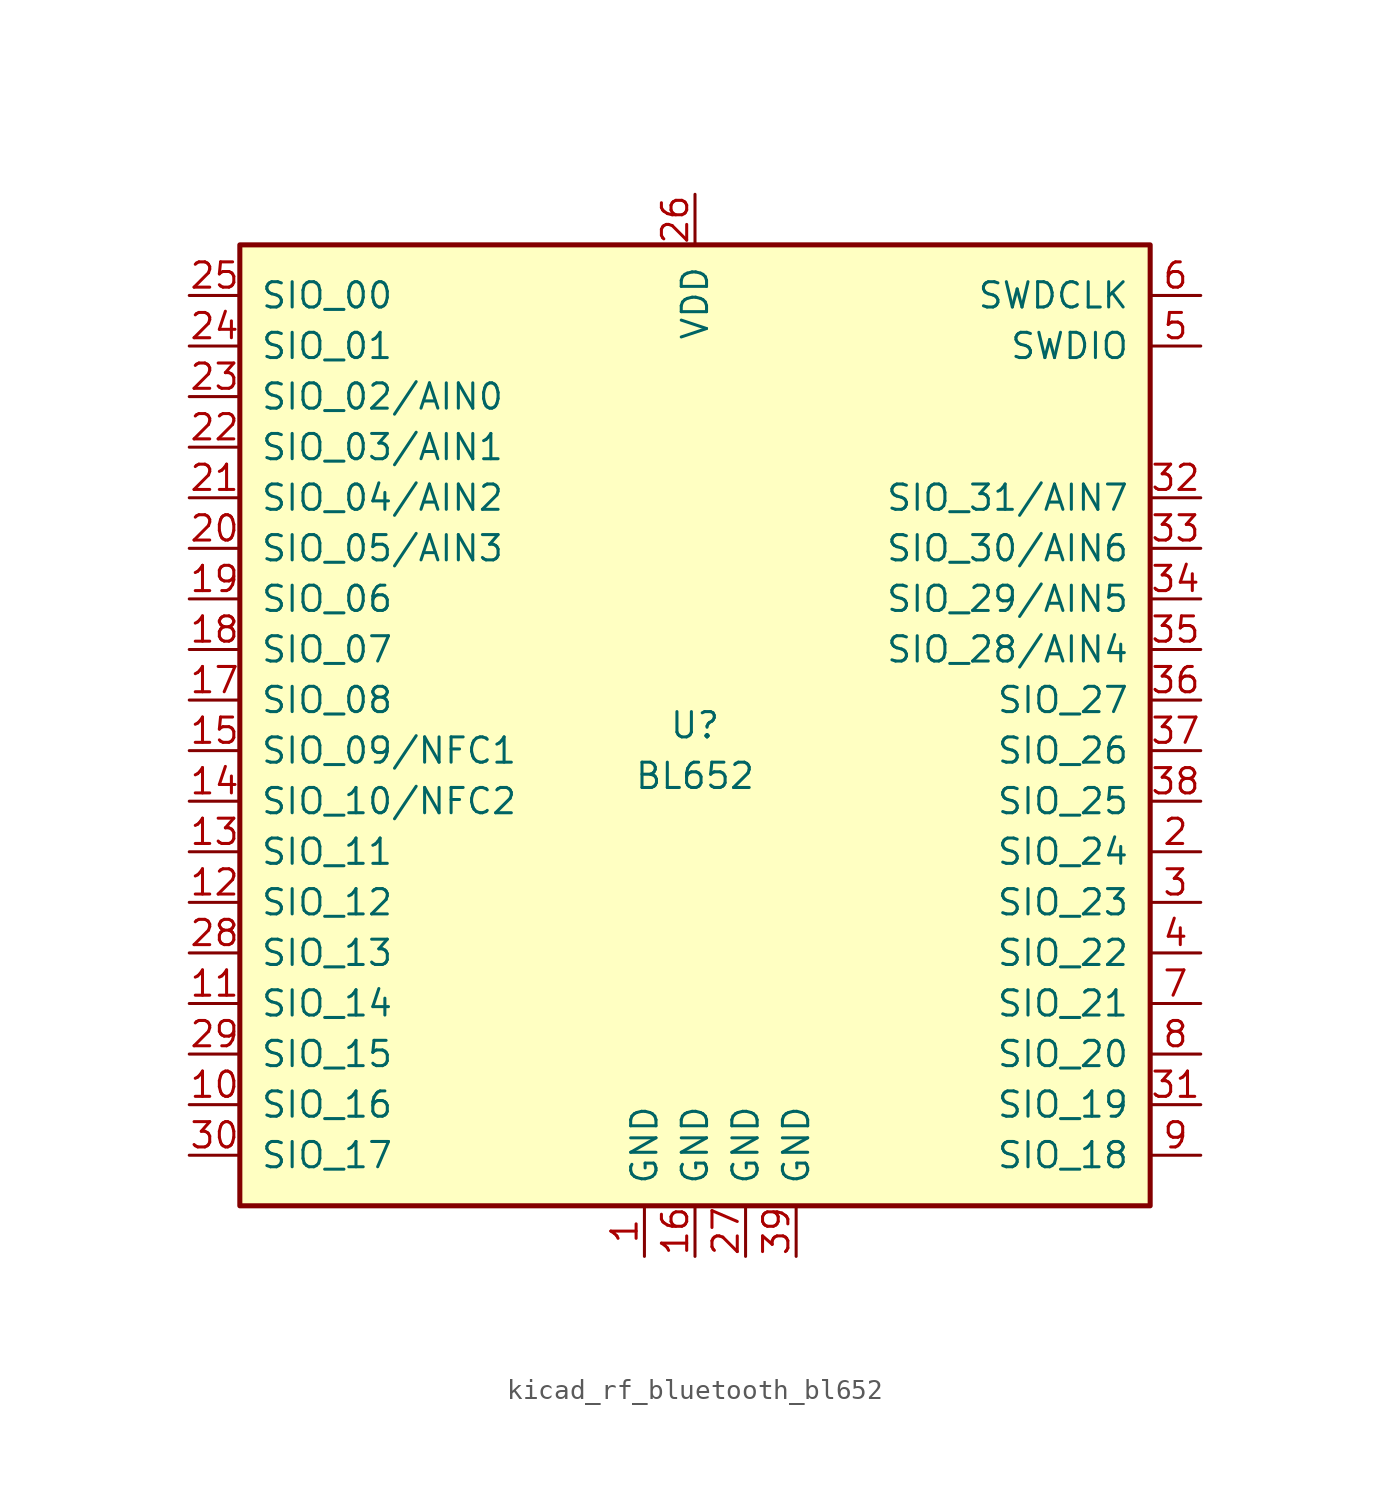
<source format=kicad_sym>
(kicad_symbol_lib
  (version 20220914)
  (generator kicad_symbol_editor)
  (symbol "kicad_rf_bluetooth_bl652"
    (pin_names
      (offset 1.016))
    (property "Reference" "U"
      (at 0 1.27 0)
      (effects (font (size 1.27 1.27))))
    (property "Value" "BL652"
      (at 0 -1.27 0)
      (effects (font (size 1.27 1.27))))
    (symbol "kicad_rf_bluetooth_bl652_0_1"
      (rectangle (start 22.86 25.4) (end -22.86 -22.86) (stroke (width 0.254) (type default)) (fill (type background))))
    (symbol "kicad_rf_bluetooth_bl652_1_1"
      (pin power_in line (at -2.54 -25.4 90) (length 2.54) (name "GND" (effects (font (size 1.27 1.27)))) (number "1" (effects (font (size 1.27 1.27)))))
      (pin bidirectional line (at -25.4 -17.78 0) (length 2.54) (name "SIO_16" (effects (font (size 1.27 1.27)))) (number "10" (effects (font (size 1.27 1.27)))))
      (pin bidirectional line (at -25.4 -12.7 0) (length 2.54) (name "SIO_14" (effects (font (size 1.27 1.27)))) (number "11" (effects (font (size 1.27 1.27)))))
      (pin bidirectional line (at -25.4 -7.62 0) (length 2.54) (name "SIO_12" (effects (font (size 1.27 1.27)))) (number "12" (effects (font (size 1.27 1.27)))))
      (pin bidirectional line (at -25.4 -5.08 0) (length 2.54) (name "SIO_11" (effects (font (size 1.27 1.27)))) (number "13" (effects (font (size 1.27 1.27)))))
      (pin bidirectional line (at -25.4 -2.54 0) (length 2.54) (name "SIO_10/NFC2" (effects (font (size 1.27 1.27)))) (number "14" (effects (font (size 1.27 1.27)))))
      (pin bidirectional line (at -25.4 0 0) (length 2.54) (name "SIO_09/NFC1" (effects (font (size 1.27 1.27)))) (number "15" (effects (font (size 1.27 1.27)))))
      (pin power_in line (at 0 -25.4 90) (length 2.54) (name "GND" (effects (font (size 1.27 1.27)))) (number "16" (effects (font (size 1.27 1.27)))))
      (pin bidirectional line (at -25.4 2.54 0) (length 2.54) (name "SIO_08" (effects (font (size 1.27 1.27)))) (number "17" (effects (font (size 1.27 1.27)))))
      (pin bidirectional line (at -25.4 5.08 0) (length 2.54) (name "SIO_07" (effects (font (size 1.27 1.27)))) (number "18" (effects (font (size 1.27 1.27)))))
      (pin bidirectional line (at -25.4 7.62 0) (length 2.54) (name "SIO_06" (effects (font (size 1.27 1.27)))) (number "19" (effects (font (size 1.27 1.27)))))
      (pin bidirectional line (at 25.4 -5.08 180) (length 2.54) (name "SIO_24" (effects (font (size 1.27 1.27)))) (number "2" (effects (font (size 1.27 1.27)))))
      (pin bidirectional line (at -25.4 10.16 0) (length 2.54) (name "SIO_05/AIN3" (effects (font (size 1.27 1.27)))) (number "20" (effects (font (size 1.27 1.27)))))
      (pin bidirectional line (at -25.4 12.7 0) (length 2.54) (name "SIO_04/AIN2" (effects (font (size 1.27 1.27)))) (number "21" (effects (font (size 1.27 1.27)))))
      (pin bidirectional line (at -25.4 15.24 0) (length 2.54) (name "SIO_03/AIN1" (effects (font (size 1.27 1.27)))) (number "22" (effects (font (size 1.27 1.27)))))
      (pin bidirectional line (at -25.4 17.78 0) (length 2.54) (name "SIO_02/AIN0" (effects (font (size 1.27 1.27)))) (number "23" (effects (font (size 1.27 1.27)))))
      (pin bidirectional line (at -25.4 20.32 0) (length 2.54) (name "SIO_01" (effects (font (size 1.27 1.27)))) (number "24" (effects (font (size 1.27 1.27)))))
      (pin bidirectional line (at -25.4 22.86 0) (length 2.54) (name "SIO_00" (effects (font (size 1.27 1.27)))) (number "25" (effects (font (size 1.27 1.27)))))
      (pin power_in line (at 0 27.94 270) (length 2.54) (name "VDD" (effects (font (size 1.27 1.27)))) (number "26" (effects (font (size 1.27 1.27)))))
      (pin power_in line (at 2.54 -25.4 90) (length 2.54) (name "GND" (effects (font (size 1.27 1.27)))) (number "27" (effects (font (size 1.27 1.27)))))
      (pin bidirectional line (at -25.4 -10.16 0) (length 2.54) (name "SIO_13" (effects (font (size 1.27 1.27)))) (number "28" (effects (font (size 1.27 1.27)))))
      (pin bidirectional line (at -25.4 -15.24 0) (length 2.54) (name "SIO_15" (effects (font (size 1.27 1.27)))) (number "29" (effects (font (size 1.27 1.27)))))
      (pin bidirectional line (at 25.4 -7.62 180) (length 2.54) (name "SIO_23" (effects (font (size 1.27 1.27)))) (number "3" (effects (font (size 1.27 1.27)))))
      (pin bidirectional line (at -25.4 -20.32 0) (length 2.54) (name "SIO_17" (effects (font (size 1.27 1.27)))) (number "30" (effects (font (size 1.27 1.27)))))
      (pin bidirectional line (at 25.4 -17.78 180) (length 2.54) (name "SIO_19" (effects (font (size 1.27 1.27)))) (number "31" (effects (font (size 1.27 1.27)))))
      (pin bidirectional line (at 25.4 12.7 180) (length 2.54) (name "SIO_31/AIN7" (effects (font (size 1.27 1.27)))) (number "32" (effects (font (size 1.27 1.27)))))
      (pin bidirectional line (at 25.4 10.16 180) (length 2.54) (name "SIO_30/AIN6" (effects (font (size 1.27 1.27)))) (number "33" (effects (font (size 1.27 1.27)))))
      (pin bidirectional line (at 25.4 7.62 180) (length 2.54) (name "SIO_29/AIN5" (effects (font (size 1.27 1.27)))) (number "34" (effects (font (size 1.27 1.27)))))
      (pin bidirectional line (at 25.4 5.08 180) (length 2.54) (name "SIO_28/AIN4" (effects (font (size 1.27 1.27)))) (number "35" (effects (font (size 1.27 1.27)))))
      (pin bidirectional line (at 25.4 2.54 180) (length 2.54) (name "SIO_27" (effects (font (size 1.27 1.27)))) (number "36" (effects (font (size 1.27 1.27)))))
      (pin bidirectional line (at 25.4 0 180) (length 2.54) (name "SIO_26" (effects (font (size 1.27 1.27)))) (number "37" (effects (font (size 1.27 1.27)))))
      (pin bidirectional line (at 25.4 -2.54 180) (length 2.54) (name "SIO_25" (effects (font (size 1.27 1.27)))) (number "38" (effects (font (size 1.27 1.27)))))
      (pin power_in line (at 5.08 -25.4 90) (length 2.54) (name "GND" (effects (font (size 1.27 1.27)))) (number "39" (effects (font (size 1.27 1.27)))))
      (pin bidirectional line (at 25.4 -10.16 180) (length 2.54) (name "SIO_22" (effects (font (size 1.27 1.27)))) (number "4" (effects (font (size 1.27 1.27)))))
      (pin bidirectional line (at 25.4 20.32 180) (length 2.54) (name "SWDIO" (effects (font (size 1.27 1.27)))) (number "5" (effects (font (size 1.27 1.27)))))
      (pin bidirectional line (at 25.4 22.86 180) (length 2.54) (name "SWDCLK" (effects (font (size 1.27 1.27)))) (number "6" (effects (font (size 1.27 1.27)))))
      (pin bidirectional line (at 25.4 -12.7 180) (length 2.54) (name "SIO_21" (effects (font (size 1.27 1.27)))) (number "7" (effects (font (size 1.27 1.27)))))
      (pin bidirectional line (at 25.4 -15.24 180) (length 2.54) (name "SIO_20" (effects (font (size 1.27 1.27)))) (number "8" (effects (font (size 1.27 1.27)))))
      (pin bidirectional line (at 25.4 -20.32 180) (length 2.54) (name "SIO_18" (effects (font (size 1.27 1.27)))) (number "9" (effects (font (size 1.27 1.27))))))))
</source>
